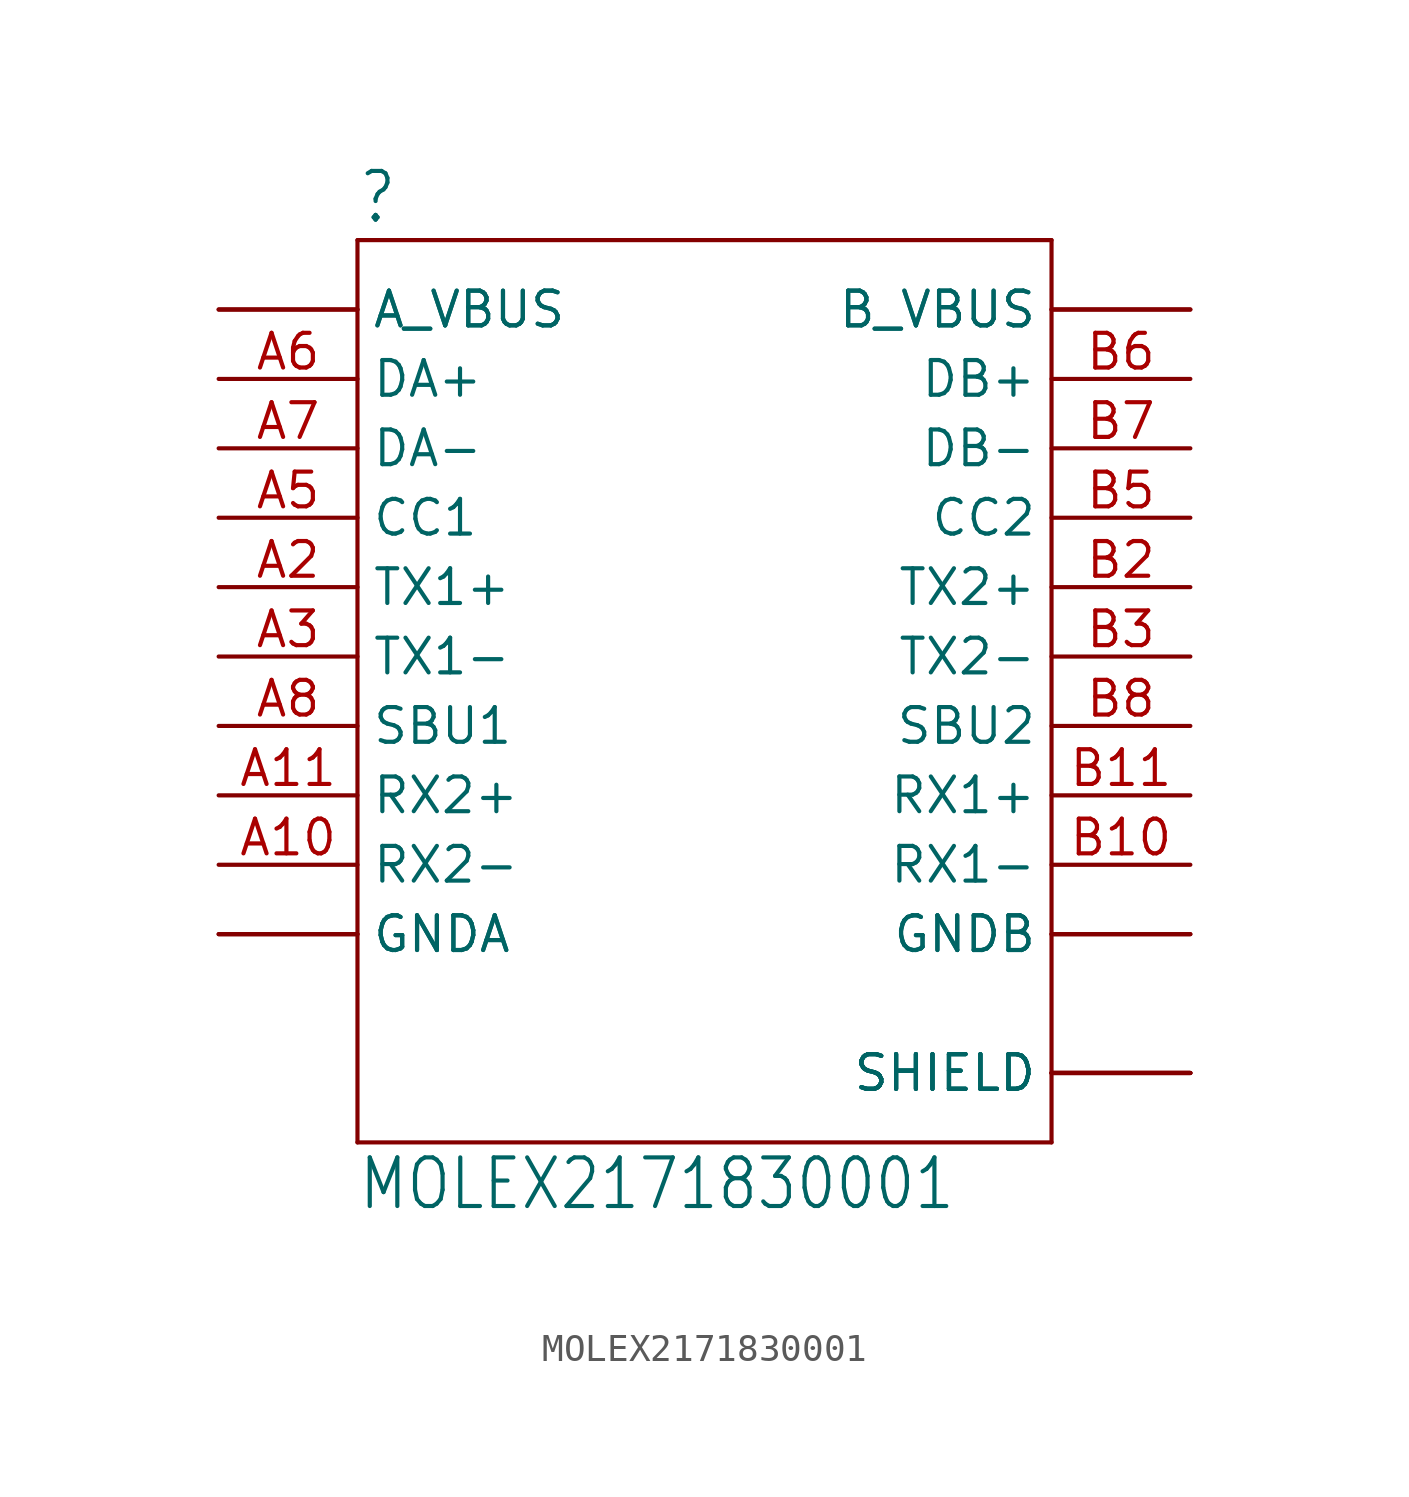
<source format=kicad_sym>
(kicad_symbol_lib
  (version 20220914)
  (generator kicad_symbol_editor)
  (symbol "MOLEX2171830001"
    (property "Reference" ""
      (at -12.713 15.766 0)
      (effects (font (size 1.78 1.513)) (justify left bottom)))
    (property "Value" "MOLEX2171830001"
      (at -12.71 -20.334 0)
      (effects (font (size 1.779 1.512)) (justify left bottom)))
    (property "ki_locked" ""
      (at 0 0 0)
      (effects (font (size 1.27 1.27))))
    (symbol "MOLEX2171830001_1_0"
      (polyline (pts (xy -12.7 -17.78) (xy 12.7 -17.78)) (stroke (width 0.152) (type default)) (fill (type none)))
      (polyline (pts (xy -12.7 15.24) (xy -12.7 -17.78)) (stroke (width 0.152) (type default)) (fill (type none)))
      (polyline (pts (xy 12.7 -17.78) (xy 12.7 15.24)) (stroke (width 0.152) (type default)) (fill (type none)))
      (polyline (pts (xy 12.7 15.24) (xy -12.7 15.24)) (stroke (width 0.152) (type default)) (fill (type none)))
      (pin passive line (at -17.78 -10.16 0) (length 5.08) (name "GNDA" (effects (font (size 1.27 1.27)))) (number "A1" (effects (font (size 0 0)))))
      (pin passive line (at -17.78 -7.62 0) (length 5.08) (name "RX2-" (effects (font (size 1.27 1.27)))) (number "A10" (effects (font (size 1.27 1.27)))))
      (pin passive line (at -17.78 -5.08 0) (length 5.08) (name "RX2+" (effects (font (size 1.27 1.27)))) (number "A11" (effects (font (size 1.27 1.27)))))
      (pin passive line (at -17.78 -10.16 0) (length 5.08) (name "GNDA" (effects (font (size 1.27 1.27)))) (number "A12" (effects (font (size 0 0)))))
      (pin passive line (at -17.78 2.54 0) (length 5.08) (name "TX1+" (effects (font (size 1.27 1.27)))) (number "A2" (effects (font (size 1.27 1.27)))))
      (pin passive line (at -17.78 0 0) (length 5.08) (name "TX1-" (effects (font (size 1.27 1.27)))) (number "A3" (effects (font (size 1.27 1.27)))))
      (pin passive line (at -17.78 12.7 0) (length 5.08) (name "A_VBUS" (effects (font (size 1.27 1.27)))) (number "A4" (effects (font (size 0 0)))))
      (pin passive line (at -17.78 5.08 0) (length 5.08) (name "CC1" (effects (font (size 1.27 1.27)))) (number "A5" (effects (font (size 1.27 1.27)))))
      (pin passive line (at -17.78 10.16 0) (length 5.08) (name "DA+" (effects (font (size 1.27 1.27)))) (number "A6" (effects (font (size 1.27 1.27)))))
      (pin passive line (at -17.78 7.62 0) (length 5.08) (name "DA-" (effects (font (size 1.27 1.27)))) (number "A7" (effects (font (size 1.27 1.27)))))
      (pin passive line (at -17.78 -2.54 0) (length 5.08) (name "SBU1" (effects (font (size 1.27 1.27)))) (number "A8" (effects (font (size 1.27 1.27)))))
      (pin passive line (at -17.78 12.7 0) (length 5.08) (name "A_VBUS" (effects (font (size 1.27 1.27)))) (number "A9" (effects (font (size 0 0)))))
      (pin passive line (at 17.78 -10.16 180) (length 5.08) (name "GNDB" (effects (font (size 1.27 1.27)))) (number "B1" (effects (font (size 0 0)))))
      (pin passive line (at 17.78 -7.62 180) (length 5.08) (name "RX1-" (effects (font (size 1.27 1.27)))) (number "B10" (effects (font (size 1.27 1.27)))))
      (pin passive line (at 17.78 -5.08 180) (length 5.08) (name "RX1+" (effects (font (size 1.27 1.27)))) (number "B11" (effects (font (size 1.27 1.27)))))
      (pin passive line (at 17.78 -10.16 180) (length 5.08) (name "GNDB" (effects (font (size 1.27 1.27)))) (number "B12" (effects (font (size 0 0)))))
      (pin passive line (at 17.78 2.54 180) (length 5.08) (name "TX2+" (effects (font (size 1.27 1.27)))) (number "B2" (effects (font (size 1.27 1.27)))))
      (pin passive line (at 17.78 0 180) (length 5.08) (name "TX2-" (effects (font (size 1.27 1.27)))) (number "B3" (effects (font (size 1.27 1.27)))))
      (pin passive line (at 17.78 12.7 180) (length 5.08) (name "B_VBUS" (effects (font (size 1.27 1.27)))) (number "B4" (effects (font (size 0 0)))))
      (pin passive line (at 17.78 5.08 180) (length 5.08) (name "CC2" (effects (font (size 1.27 1.27)))) (number "B5" (effects (font (size 1.27 1.27)))))
      (pin passive line (at 17.78 10.16 180) (length 5.08) (name "DB+" (effects (font (size 1.27 1.27)))) (number "B6" (effects (font (size 1.27 1.27)))))
      (pin passive line (at 17.78 7.62 180) (length 5.08) (name "DB-" (effects (font (size 1.27 1.27)))) (number "B7" (effects (font (size 1.27 1.27)))))
      (pin passive line (at 17.78 -2.54 180) (length 5.08) (name "SBU2" (effects (font (size 1.27 1.27)))) (number "B8" (effects (font (size 1.27 1.27)))))
      (pin passive line (at 17.78 12.7 180) (length 5.08) (name "B_VBUS" (effects (font (size 1.27 1.27)))) (number "B9" (effects (font (size 0 0)))))
      (pin passive line (at 17.78 -15.24 180) (length 5.08) (name "SHIELD" (effects (font (size 1.27 1.27)))) (number "SHIELD1" (effects (font (size 0 0)))))
      (pin passive line (at 17.78 -15.24 180) (length 5.08) (name "SHIELD" (effects (font (size 1.27 1.27)))) (number "SHIELD2" (effects (font (size 0 0)))))
      (pin passive line (at 17.78 -15.24 180) (length 5.08) (name "SHIELD" (effects (font (size 1.27 1.27)))) (number "SHIELD3" (effects (font (size 0 0)))))
      (pin passive line (at 17.78 -15.24 180) (length 5.08) (name "SHIELD" (effects (font (size 1.27 1.27)))) (number "SHIELD4" (effects (font (size 0 0))))))))
</source>
